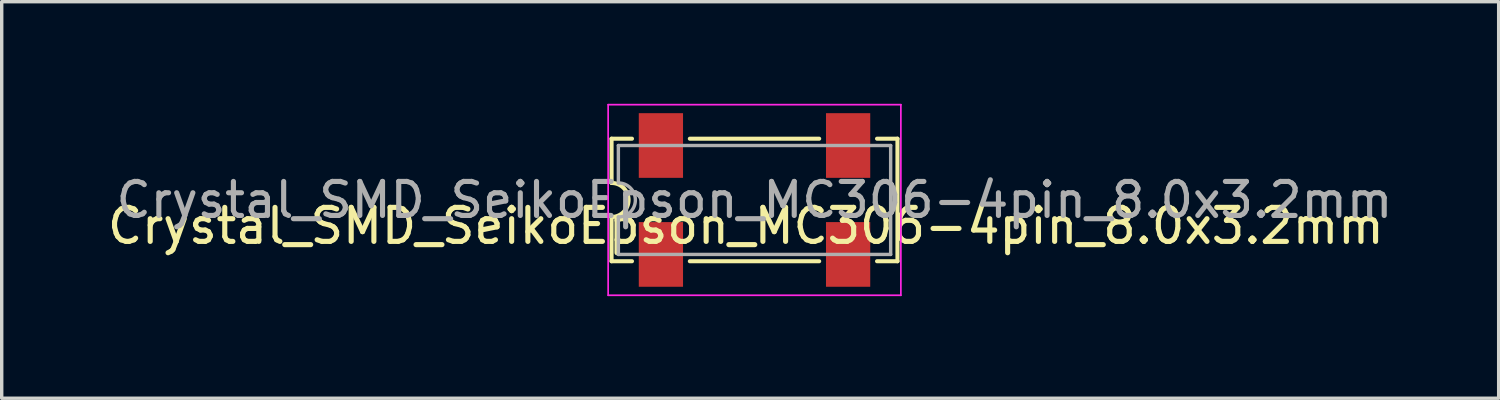
<source format=kicad_pcb>
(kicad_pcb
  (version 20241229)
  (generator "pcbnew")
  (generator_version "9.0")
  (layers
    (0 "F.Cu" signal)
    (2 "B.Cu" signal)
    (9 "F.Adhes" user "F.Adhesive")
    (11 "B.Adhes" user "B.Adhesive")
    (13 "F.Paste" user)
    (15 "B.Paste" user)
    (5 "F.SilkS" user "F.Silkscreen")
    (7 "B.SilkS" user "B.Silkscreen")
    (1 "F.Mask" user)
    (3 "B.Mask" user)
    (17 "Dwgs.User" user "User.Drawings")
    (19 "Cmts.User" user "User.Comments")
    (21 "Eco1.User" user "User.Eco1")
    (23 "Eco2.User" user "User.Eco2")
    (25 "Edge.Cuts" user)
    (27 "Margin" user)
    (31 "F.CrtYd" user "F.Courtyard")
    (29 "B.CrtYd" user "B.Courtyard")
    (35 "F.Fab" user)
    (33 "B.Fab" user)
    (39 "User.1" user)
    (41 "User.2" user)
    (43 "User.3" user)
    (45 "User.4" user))
  (footprint "Crystal_SMD_SeikoEpson_MC306-4pin_8.0x3.2mm"
    (layer "F.Cu")
    (at 19.117 2.825)
    (property "Reference" "Crystal_SMD_SeikoEpson_MC306-4pin_8.0x3.2mm" (at -0.254 0.762 0) (layer "F.SilkS") (effects (font (size 1 1) (thickness 0.15))))
    (attr smd)
    (fp_line (start -4.2 -1.8) (end -3.6 -1.8) (stroke (width 0.12) (type solid)) (layer "F.SilkS"))
    (fp_line (start -4.2 -0.5) (end -4.2 -1.8) (stroke (width 0.12) (type solid)) (layer "F.SilkS"))
    (fp_line (start -4.2 1.8) (end -4.2 0.5) (stroke (width 0.12) (type solid)) (layer "F.SilkS"))
    (fp_line (start -4.2 1.8) (end -3.6 1.8) (stroke (width 0.12) (type solid)) (layer "F.SilkS"))
    (fp_line (start -1.9 -1.8) (end 1.9 -1.8) (stroke (width 0.12) (type solid)) (layer "F.SilkS"))
    (fp_line (start 1.9 1.8) (end -1.9 1.8) (stroke (width 0.12) (type solid)) (layer "F.SilkS"))
    (fp_line (start 3.6 -1.8) (end 4.2 -1.8) (stroke (width 0.12) (type solid)) (layer "F.SilkS"))
    (fp_line (start 4.2 -1.8) (end 4.2 1.8) (stroke (width 0.12) (type solid)) (layer "F.SilkS"))
    (fp_line (start 4.2 1.8) (end 3.6 1.8) (stroke (width 0.12) (type solid)) (layer "F.SilkS"))
    (fp_arc (start -4.2 -0.5) (mid -3.7 0) (end -4.2 0.5) (stroke (width 0.12) (type solid)) (layer "F.SilkS"))
    (fp_line (start -4.3 -2.8) (end -4.3 2.8) (stroke (width 0.05) (type solid)) (layer "F.CrtYd"))
    (fp_line (start -4.3 2.8) (end 4.3 2.8) (stroke (width 0.05) (type solid)) (layer "F.CrtYd"))
    (fp_line (start 4.3 -2.8) (end -4.3 -2.8) (stroke (width 0.05) (type solid)) (layer "F.CrtYd"))
    (fp_line (start 4.3 2.8) (end 4.3 -2.8) (stroke (width 0.05) (type solid)) (layer "F.CrtYd"))
    (fp_line (start -4 -1.6) (end 4 -1.6) (stroke (width 0.1) (type solid)) (layer "F.Fab"))
    (fp_line (start -4 -0.5) (end -4 -1.6) (stroke (width 0.1) (type solid)) (layer "F.Fab"))
    (fp_line (start -4 1.6) (end -4 0.5) (stroke (width 0.1) (type solid)) (layer "F.Fab"))
    (fp_line (start 4 -1.6) (end 4 1.6) (stroke (width 0.1) (type solid)) (layer "F.Fab"))
    (fp_line (start 4 1.6) (end -4 1.6) (stroke (width 0.1) (type solid)) (layer "F.Fab"))
    (fp_arc (start -4 -0.5) (mid -3.5 0) (end -4 0.5) (stroke (width 0.1) (type solid)) (layer "F.Fab"))
    (fp_text user "${REFERENCE}" (at 0 0 0) (layer "F.Fab") (effects (font (size 1 1) (thickness 0.15))))
    (pad "1" smd rect (at -2.75 1.6) (size 1.3 1.9) (layers "F.Cu" "F.Mask" "F.Paste"))
    (pad "2" smd rect (at 2.75 1.6) (size 1.3 1.9) (layers "F.Cu" "F.Mask" "F.Paste"))
    (pad "3" smd rect (at 2.75 -1.6) (size 1.3 1.9) (layers "F.Cu" "F.Mask" "F.Paste"))
    (pad "4" smd rect (at -2.75 -1.6) (size 1.3 1.9) (layers "F.Cu" "F.Mask" "F.Paste")))
  (gr_rect
    (start -3 -3)
    (end 40.98 8.65)
    (stroke (width 0.1) (type default))
    (fill no)
    (layer "Edge.Cuts")))
</source>
